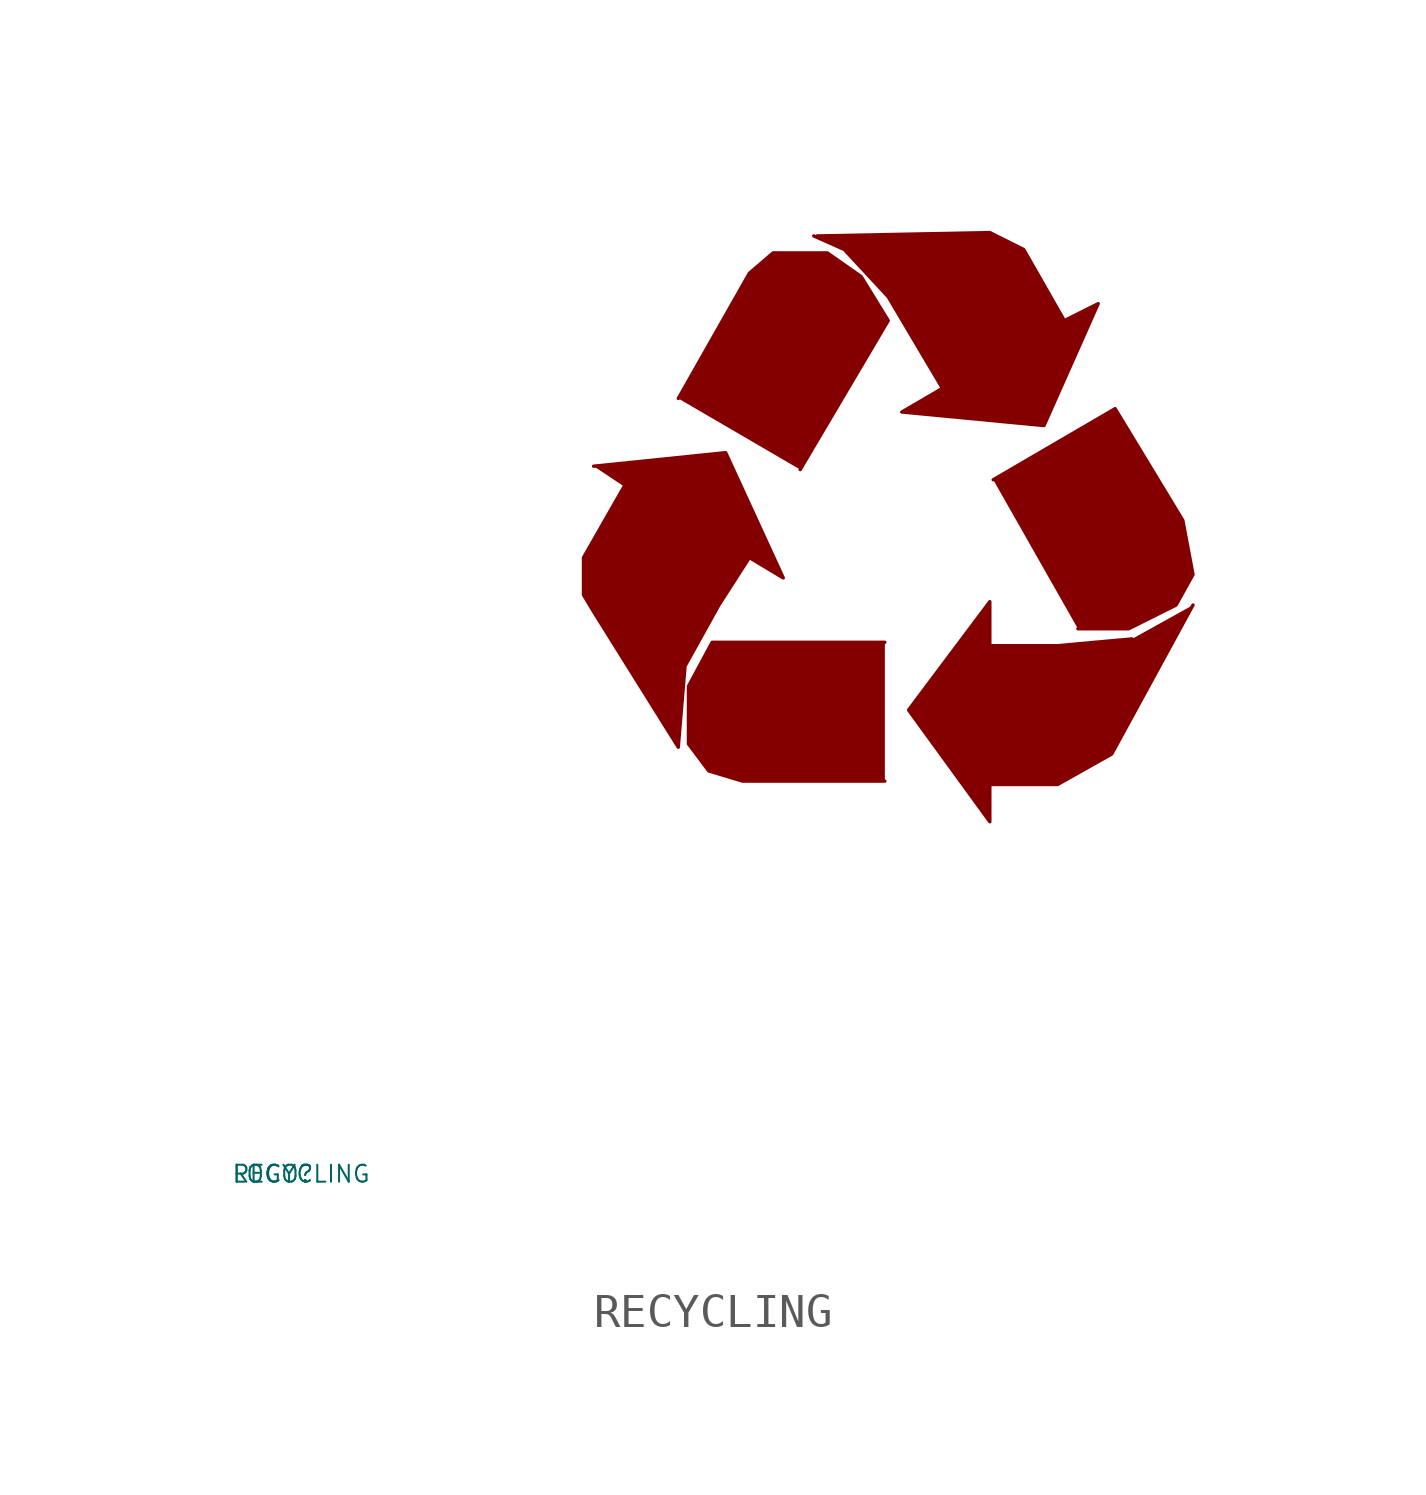
<source format=kicad_sym>
(kicad_symbol_lib
  (version 20220914)
  (generator Eagle2Kicad)
  (symbol "RECYCLING"
    (property "Reference" "LOGO"
      (at -10 -10 0)
      (effects (font (size 0.5 0.5) (thickness 0.06)) (justify left)))
    (property "Value" "RECYCLING"
      (at -10 -10 0)
      (effects (font (size 0.5 0.5) (thickness 0.06)) (justify left)))
    (polyline
      (pts (xy 0.7 10.9) (xy 4.6 11.3) (xy 6.3 7.6) (xy 5.3 8.2) (xy 4.4 6.8) (xy 3.4 5) (xy 3.2 2.6) (xy 0.7 6.6) (xy 0.4 7.1) (xy 0.4 8.2) (xy 1.6 10.3))
      (stroke (width 0.1) (type default))
      (fill (type outline)))
    (polyline
      (pts (xy 3.2 12.9) (xy 5.3 16.6) (xy 6 17.2) (xy 7.6 17.2) (xy 8.6 16.5) (xy 9.4 15.2) (xy 6.8 10.8))
      (stroke (width 0.1) (type default))
      (fill (type outline)))
    (polyline
      (pts (xy 7.3 17.7) (xy 12.4 17.8) (xy 13.4 17.3) (xy 14.6 15.2) (xy 15.6 15.7) (xy 14 12.1) (xy 9.8 12.5) (xy 11 13.2) (xy 9.4 15.9) (xy 8.1 17.3) (xy 7.2 17.7))
      (stroke (width 0.1) (type default))
      (fill (type outline)))
    (polyline
      (pts (xy 12.5 10.5) (xy 16.1 12.6) (xy 18.1 9.3) (xy 18.4 7.7) (xy 17.9 6.8) (xy 16.5 6.1) (xy 15 6.1))
      (stroke (width 0.1) (type default))
      (fill (type outline)))
    (polyline
      (pts (xy 18.4 6.8) (xy 16 2.4) (xy 14.4 1.5) (xy 12.4 1.5) (xy 12.4 0.4) (xy 10 3.7) (xy 12.4 6.9) (xy 12.4 5.6) (xy 14.4 5.6) (xy 16.6 5.8))
      (stroke (width 0.1) (type default))
      (fill (type outline)))
    (polyline
      (pts (xy 9.3 1.6) (xy 5.1 1.6) (xy 4.1 1.9) (xy 3.5 2.7) (xy 3.5 4.4) (xy 4.2 5.7) (xy 9.3 5.7))
      (stroke (width 0.1) (type default))
      (fill (type outline)))))
</source>
